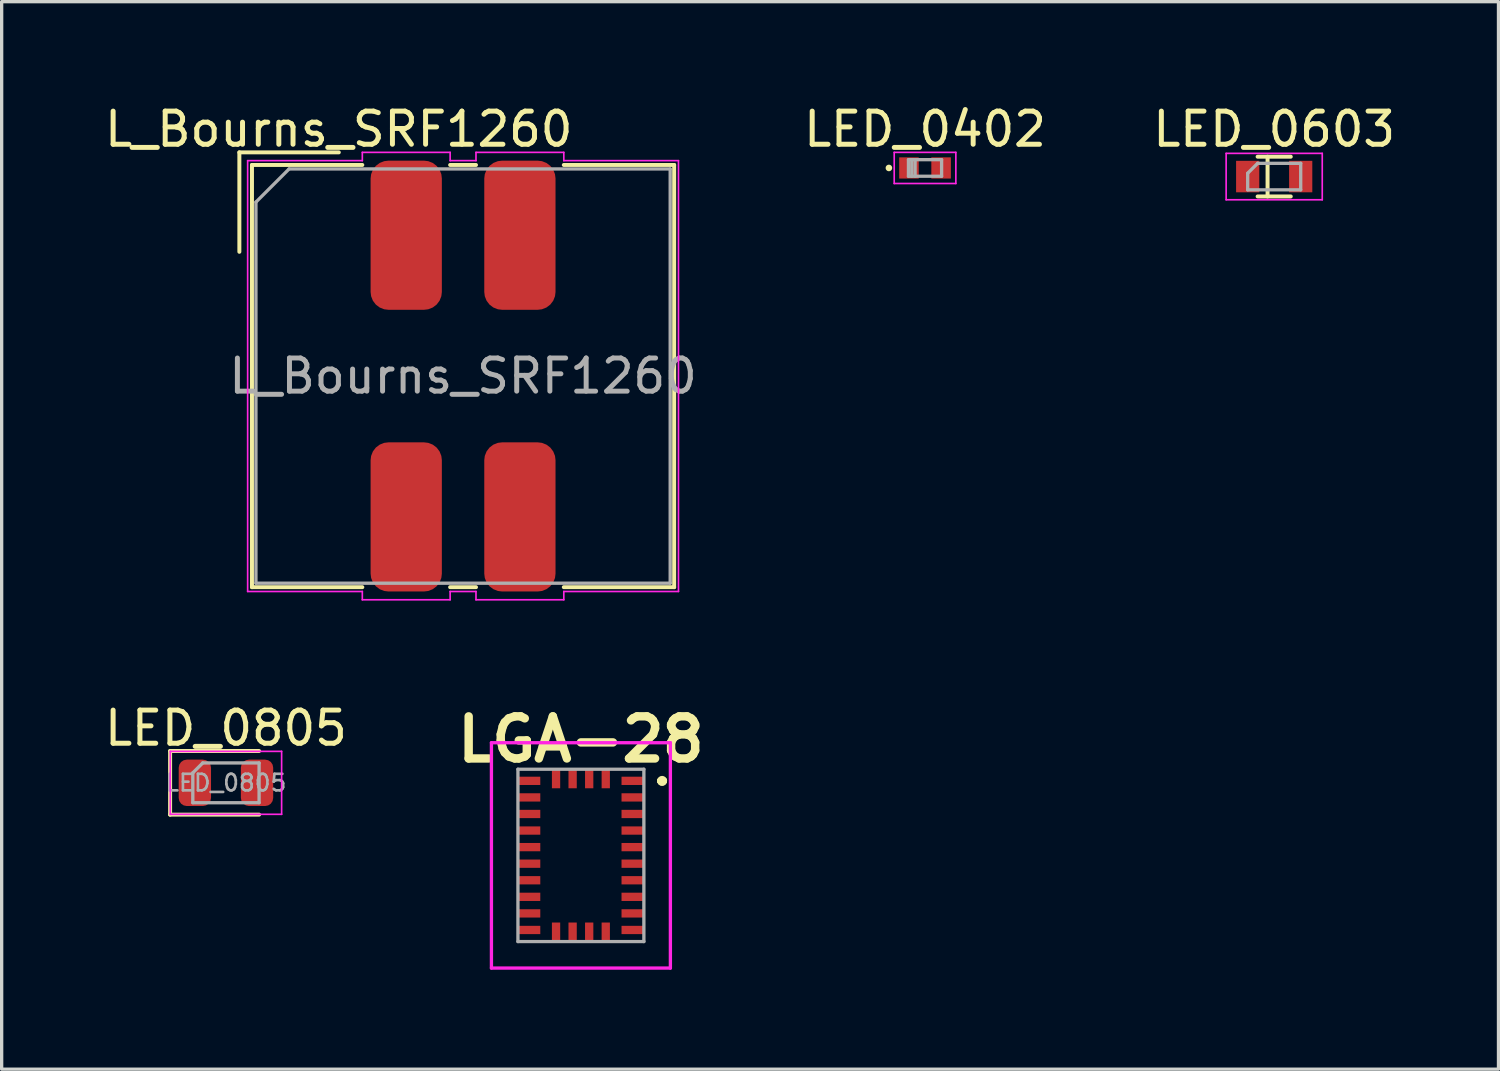
<source format=kicad_pcb>
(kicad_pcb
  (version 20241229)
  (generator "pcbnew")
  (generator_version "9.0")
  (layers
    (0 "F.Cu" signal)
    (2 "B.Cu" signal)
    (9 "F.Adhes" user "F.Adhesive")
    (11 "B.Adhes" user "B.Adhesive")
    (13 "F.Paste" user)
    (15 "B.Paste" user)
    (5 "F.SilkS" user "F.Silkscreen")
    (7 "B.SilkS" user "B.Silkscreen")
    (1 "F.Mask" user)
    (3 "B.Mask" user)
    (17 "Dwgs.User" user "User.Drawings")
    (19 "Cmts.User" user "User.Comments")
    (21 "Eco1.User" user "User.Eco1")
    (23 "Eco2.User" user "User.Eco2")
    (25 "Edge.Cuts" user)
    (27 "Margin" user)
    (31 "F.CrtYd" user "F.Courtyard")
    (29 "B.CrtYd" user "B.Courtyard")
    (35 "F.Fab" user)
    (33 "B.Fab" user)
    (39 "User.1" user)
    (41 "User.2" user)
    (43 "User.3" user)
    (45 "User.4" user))
  (footprint "LGA-28"
    (layer "F.Cu")
    (at 14.479 22.762)
    (property "Reference" "LGA-28" (at 0 -3.5 0) (layer "F.SilkS") (effects (font (size 1.27 1.27) (thickness 0.254))))
    (attr smd)
    (fp_line (start 2.4 -2.25) (end 2.4 -2.25) (stroke (width 0.2) (type solid)) (layer "F.SilkS"))
    (fp_line (start 2.4 -2.25) (end 2.4 -2.25) (stroke (width 0.2) (type solid)) (layer "F.SilkS"))
    (fp_line (start 2.5 -2.25) (end 2.5 -2.25) (stroke (width 0.2) (type solid)) (layer "F.SilkS"))
    (fp_arc (start 2.4 -2.25) (mid 2.45 -2.3) (end 2.5 -2.25) (stroke (width 0.2) (type solid)) (layer "F.SilkS"))
    (fp_arc (start 2.5 -2.25) (mid 2.45 -2.2) (end 2.4 -2.25) (stroke (width 0.2) (type solid)) (layer "F.SilkS"))
    (fp_arc (start 2.5 -2.25) (mid 2.45 -2.2) (end 2.4 -2.25) (stroke (width 0.2) (type solid)) (layer "F.SilkS"))
    (fp_line (start -2.7 -3.4) (end 2.7 -3.4) (stroke (width 0.1) (type solid)) (layer "F.CrtYd"))
    (fp_line (start -2.7 3.4) (end -2.7 -3.4) (stroke (width 0.1) (type solid)) (layer "F.CrtYd"))
    (fp_line (start 2.7 -3.4) (end 2.7 3.4) (stroke (width 0.1) (type solid)) (layer "F.CrtYd"))
    (fp_line (start 2.7 3.4) (end -2.7 3.4) (stroke (width 0.1) (type solid)) (layer "F.CrtYd"))
    (fp_line (start -1.9 -2.6) (end -1.9 2.6) (stroke (width 0.1) (type solid)) (layer "F.Fab"))
    (fp_line (start -1.9 2.6) (end 1.9 2.6) (stroke (width 0.1) (type solid)) (layer "F.Fab"))
    (fp_line (start 1.9 -2.6) (end -1.9 -2.6) (stroke (width 0.1) (type solid)) (layer "F.Fab"))
    (fp_line (start 1.9 2.6) (end 1.9 -2.6) (stroke (width 0.1) (type solid)) (layer "F.Fab"))
    (pad "1" smd rect (at 1.563 -2.25 90) (size 0.25 0.675) (layers "F.Cu" "F.Mask" "F.Paste"))
    (pad "2" smd rect (at 0.75 -2.313) (size 0.25 0.575) (layers "F.Cu" "F.Mask" "F.Paste"))
    (pad "3" smd rect (at 0.25 -2.313) (size 0.25 0.575) (layers "F.Cu" "F.Mask" "F.Paste"))
    (pad "4" smd rect (at -0.25 -2.313) (size 0.25 0.575) (layers "F.Cu" "F.Mask" "F.Paste"))
    (pad "5" smd rect (at -0.75 -2.313) (size 0.25 0.575) (layers "F.Cu" "F.Mask" "F.Paste"))
    (pad "6" smd rect (at -1.563 -2.25 90) (size 0.25 0.675) (layers "F.Cu" "F.Mask" "F.Paste"))
    (pad "7" smd rect (at -1.563 -1.75 90) (size 0.25 0.675) (layers "F.Cu" "F.Mask" "F.Paste"))
    (pad "8" smd rect (at -1.563 -1.25 90) (size 0.25 0.675) (layers "F.Cu" "F.Mask" "F.Paste"))
    (pad "9" smd rect (at -1.563 -0.75 90) (size 0.25 0.675) (layers "F.Cu" "F.Mask" "F.Paste"))
    (pad "10" smd rect (at -1.563 -0.25 90) (size 0.25 0.675) (layers "F.Cu" "F.Mask" "F.Paste"))
    (pad "11" smd rect (at -1.563 0.25 90) (size 0.25 0.675) (layers "F.Cu" "F.Mask" "F.Paste"))
    (pad "12" smd rect (at -1.563 0.75 90) (size 0.25 0.675) (layers "F.Cu" "F.Mask" "F.Paste"))
    (pad "13" smd rect (at -1.563 1.25 90) (size 0.25 0.675) (layers "F.Cu" "F.Mask" "F.Paste"))
    (pad "14" smd rect (at -1.563 1.75 90) (size 0.25 0.675) (layers "F.Cu" "F.Mask" "F.Paste"))
    (pad "15" smd rect (at -1.563 2.25 90) (size 0.25 0.675) (layers "F.Cu" "F.Mask" "F.Paste"))
    (pad "16" smd rect (at -0.75 2.313) (size 0.25 0.575) (layers "F.Cu" "F.Mask" "F.Paste"))
    (pad "17" smd rect (at -0.25 2.313) (size 0.25 0.575) (layers "F.Cu" "F.Mask" "F.Paste"))
    (pad "18" smd rect (at 0.25 2.313) (size 0.25 0.575) (layers "F.Cu" "F.Mask" "F.Paste"))
    (pad "19" smd rect (at 0.75 2.313) (size 0.25 0.575) (layers "F.Cu" "F.Mask" "F.Paste"))
    (pad "20" smd rect (at 1.563 2.25 90) (size 0.25 0.675) (layers "F.Cu" "F.Mask" "F.Paste"))
    (pad "21" smd rect (at 1.563 1.75 90) (size 0.25 0.675) (layers "F.Cu" "F.Mask" "F.Paste"))
    (pad "22" smd rect (at 1.563 1.25 90) (size 0.25 0.675) (layers "F.Cu" "F.Mask" "F.Paste"))
    (pad "23" smd rect (at 1.563 0.75 90) (size 0.25 0.675) (layers "F.Cu" "F.Mask" "F.Paste"))
    (pad "24" smd rect (at 1.563 0.25 90) (size 0.25 0.675) (layers "F.Cu" "F.Mask" "F.Paste"))
    (pad "25" smd rect (at 1.563 -0.25 90) (size 0.25 0.675) (layers "F.Cu" "F.Mask" "F.Paste"))
    (pad "26" smd rect (at 1.563 -0.75 90) (size 0.25 0.675) (layers "F.Cu" "F.Mask" "F.Paste"))
    (pad "27" smd rect (at 1.563 -1.25 90) (size 0.25 0.675) (layers "F.Cu" "F.Mask" "F.Paste"))
    (pad "28" smd rect (at 1.563 -1.75 90) (size 0.25 0.675) (layers "F.Cu" "F.Mask" "F.Paste")))
  (footprint "LED_0402"
    (layer "F.Cu")
    (at 24.863 2.018)
    (property "Reference" "LED_0402" (at 0 -1.17 0) (layer "F.SilkS") (effects (font (size 1 1) (thickness 0.15))))
    (attr smd)
    (fp_circle (center -1.09 0) (end -1.04 0) (stroke (width 0.1) (type solid)) (fill no) (layer "F.SilkS"))
    (fp_line (start -0.93 -0.47) (end 0.93 -0.47) (stroke (width 0.05) (type solid)) (layer "F.CrtYd"))
    (fp_line (start -0.93 0.47) (end -0.93 -0.47) (stroke (width 0.05) (type solid)) (layer "F.CrtYd"))
    (fp_line (start 0.93 -0.47) (end 0.93 0.47) (stroke (width 0.05) (type solid)) (layer "F.CrtYd"))
    (fp_line (start 0.93 0.47) (end -0.93 0.47) (stroke (width 0.05) (type solid)) (layer "F.CrtYd"))
    (fp_line (start -0.5 -0.25) (end 0.5 -0.25) (stroke (width 0.1) (type solid)) (layer "F.Fab"))
    (fp_line (start -0.5 0.25) (end -0.5 -0.25) (stroke (width 0.1) (type solid)) (layer "F.Fab"))
    (fp_line (start -0.4 0.25) (end -0.4 -0.25) (stroke (width 0.1) (type solid)) (layer "F.Fab"))
    (fp_line (start -0.3 0.25) (end -0.3 -0.25) (stroke (width 0.1) (type solid)) (layer "F.Fab"))
    (fp_line (start 0.5 -0.25) (end 0.5 0.25) (stroke (width 0.1) (type solid)) (layer "F.Fab"))
    (fp_line (start 0.5 0.25) (end -0.5 0.25) (stroke (width 0.1) (type solid)) (layer "F.Fab"))
    (pad "1" smd rect (at -0.485 0) (size 0.59 0.64) (layers "F.Cu" "F.Mask" "F.Paste"))
    (pad "2" smd rect (at 0.485 0) (size 0.59 0.64) (layers "F.Cu" "F.Mask" "F.Paste")))
  (footprint "LED_0805"
    (layer "F.Cu")
    (at 3.768 20.572)
    (property "Reference" "LED_0805" (at 0 -1.65 0) (layer "F.SilkS") (effects (font (size 1 1) (thickness 0.15))))
    (attr smd)
    (fp_line (start -1.685 -0.96) (end -1.685 0.96) (stroke (width 0.12) (type solid)) (layer "F.SilkS"))
    (fp_line (start -1.685 0.96) (end 1 0.96) (stroke (width 0.12) (type solid)) (layer "F.SilkS"))
    (fp_line (start 1 -0.96) (end -1.685 -0.96) (stroke (width 0.12) (type solid)) (layer "F.SilkS"))
    (fp_line (start -1.68 -0.95) (end 1.68 -0.95) (stroke (width 0.05) (type solid)) (layer "F.CrtYd"))
    (fp_line (start -1.68 0.95) (end -1.68 -0.95) (stroke (width 0.05) (type solid)) (layer "F.CrtYd"))
    (fp_line (start 1.68 -0.95) (end 1.68 0.95) (stroke (width 0.05) (type solid)) (layer "F.CrtYd"))
    (fp_line (start 1.68 0.95) (end -1.68 0.95) (stroke (width 0.05) (type solid)) (layer "F.CrtYd"))
    (fp_line (start -1 -0.3) (end -1 0.6) (stroke (width 0.1) (type solid)) (layer "F.Fab"))
    (fp_line (start -1 0.6) (end 1 0.6) (stroke (width 0.1) (type solid)) (layer "F.Fab"))
    (fp_line (start -0.7 -0.6) (end -1 -0.3) (stroke (width 0.1) (type solid)) (layer "F.Fab"))
    (fp_line (start 1 -0.6) (end -0.7 -0.6) (stroke (width 0.1) (type solid)) (layer "F.Fab"))
    (fp_line (start 1 0.6) (end 1 -0.6) (stroke (width 0.1) (type solid)) (layer "F.Fab"))
    (fp_text user "${REFERENCE}" (at 0 0 0) (layer "F.Fab") (effects (font (size 0.5 0.5) (thickness 0.08))))
    (pad "1" smd roundrect (at -0.938 0) (size 0.975 1.4) (layers "F.Cu" "F.Mask" "F.Paste") (roundrect_rratio 0.25))
    (pad "2" smd roundrect (at 0.938 0) (size 0.975 1.4) (layers "F.Cu" "F.Mask" "F.Paste") (roundrect_rratio 0.25)))
  (footprint "LED_0603"
    (layer "F.Cu")
    (at 35.399 2.278)
    (property "Reference" "LED_0603" (at 0 -1.43 0) (layer "F.SilkS") (effects (font (size 1 1) (thickness 0.15))))
    (attr smd)
    (fp_line (start -0.5 0.6) (end 0.5 0.6) (stroke (width 0.12) (type solid)) (layer "F.SilkS"))
    (fp_line (start -0.2 -0.6) (end -0.2 0.6) (stroke (width 0.12) (type solid)) (layer "F.SilkS"))
    (fp_line (start 0.5 -0.6) (end -0.5 -0.6) (stroke (width 0.12) (type solid)) (layer "F.SilkS"))
    (fp_line (start -1.45 -0.7) (end 1.45 -0.7) (stroke (width 0.05) (type solid)) (layer "F.CrtYd"))
    (fp_line (start -1.45 0.7) (end -1.45 -0.7) (stroke (width 0.05) (type solid)) (layer "F.CrtYd"))
    (fp_line (start 1.45 -0.7) (end 1.45 0.7) (stroke (width 0.05) (type solid)) (layer "F.CrtYd"))
    (fp_line (start 1.45 0.7) (end -1.45 0.7) (stroke (width 0.05) (type solid)) (layer "F.CrtYd"))
    (fp_line (start -0.8 -0.1) (end -0.8 0.4) (stroke (width 0.1) (type solid)) (layer "F.Fab"))
    (fp_line (start -0.8 0.4) (end 0.8 0.4) (stroke (width 0.1) (type solid)) (layer "F.Fab"))
    (fp_line (start -0.5 -0.4) (end -0.8 -0.1) (stroke (width 0.1) (type solid)) (layer "F.Fab"))
    (fp_line (start 0.8 -0.4) (end -0.5 -0.4) (stroke (width 0.1) (type solid)) (layer "F.Fab"))
    (fp_line (start 0.8 0.4) (end 0.8 -0.4) (stroke (width 0.1) (type solid)) (layer "F.Fab"))
    (pad "1" smd rect (at -0.8 0) (size 0.7 0.95) (layers "F.Cu" "F.Mask" "F.Paste"))
    (pad "2" smd rect (at 0.8 0) (size 0.7 0.95) (layers "F.Cu" "F.Mask" "F.Paste")))
  (footprint "L_Bourns_SRF1260"
    (layer "F.Cu")
    (at 10.923 8.298)
    (property "Reference" "L_Bourns_SRF1260" (at -3.75 -7.45 0) (layer "F.SilkS") (effects (font (size 1 1) (thickness 0.15))))
    (attr smd)
    (fp_line (start -6.75 -6.75) (end -3.75 -6.75) (stroke (width 0.12) (type solid)) (layer "F.SilkS"))
    (fp_line (start -6.75 -3.75) (end -6.75 -6.75) (stroke (width 0.12) (type solid)) (layer "F.SilkS"))
    (fp_line (start -6.37 -6.37) (end -6.37 6.37) (stroke (width 0.12) (type solid)) (layer "F.SilkS"))
    (fp_line (start -6.37 -6.37) (end -3.04 -6.37) (stroke (width 0.12) (type solid)) (layer "F.SilkS"))
    (fp_line (start -6.37 6.37) (end -3.04 6.37) (stroke (width 0.12) (type solid)) (layer "F.SilkS"))
    (fp_line (start -0.39 -6.37) (end 0.39 -6.37) (stroke (width 0.12) (type solid)) (layer "F.SilkS"))
    (fp_line (start -0.39 6.37) (end 0.39 6.37) (stroke (width 0.12) (type solid)) (layer "F.SilkS"))
    (fp_line (start 3.04 -6.37) (end 6.37 -6.37) (stroke (width 0.12) (type solid)) (layer "F.SilkS"))
    (fp_line (start 3.04 6.37) (end 6.37 6.37) (stroke (width 0.12) (type solid)) (layer "F.SilkS"))
    (fp_line (start 6.37 -6.37) (end 6.37 6.37) (stroke (width 0.12) (type solid)) (layer "F.SilkS"))
    (fp_line (start -6.5 -6.5) (end -6.5 6.5) (stroke (width 0.05) (type solid)) (layer "F.CrtYd"))
    (fp_line (start -6.5 -6.5) (end -3.04 -6.5) (stroke (width 0.05) (type solid)) (layer "F.CrtYd"))
    (fp_line (start -6.5 6.5) (end -3.04 6.5) (stroke (width 0.05) (type solid)) (layer "F.CrtYd"))
    (fp_line (start -3.04 -6.75) (end -0.39 -6.75) (stroke (width 0.05) (type solid)) (layer "F.CrtYd"))
    (fp_line (start -3.04 -6.5) (end -3.04 -6.75) (stroke (width 0.05) (type solid)) (layer "F.CrtYd"))
    (fp_line (start -3.04 6.5) (end -3.04 6.75) (stroke (width 0.05) (type solid)) (layer "F.CrtYd"))
    (fp_line (start -3.04 6.75) (end -0.39 6.75) (stroke (width 0.05) (type solid)) (layer "F.CrtYd"))
    (fp_line (start -0.39 -6.75) (end -0.39 -6.5) (stroke (width 0.05) (type solid)) (layer "F.CrtYd"))
    (fp_line (start -0.39 -6.5) (end 0.39 -6.5) (stroke (width 0.05) (type solid)) (layer "F.CrtYd"))
    (fp_line (start -0.39 6.5) (end 0.39 6.5) (stroke (width 0.05) (type solid)) (layer "F.CrtYd"))
    (fp_line (start -0.39 6.75) (end -0.39 6.5) (stroke (width 0.05) (type solid)) (layer "F.CrtYd"))
    (fp_line (start 0.39 -6.75) (end 3.04 -6.75) (stroke (width 0.05) (type solid)) (layer "F.CrtYd"))
    (fp_line (start 0.39 -6.5) (end 0.39 -6.75) (stroke (width 0.05) (type solid)) (layer "F.CrtYd"))
    (fp_line (start 0.39 6.5) (end 0.39 6.75) (stroke (width 0.05) (type solid)) (layer "F.CrtYd"))
    (fp_line (start 0.39 6.75) (end 3.04 6.75) (stroke (width 0.05) (type solid)) (layer "F.CrtYd"))
    (fp_line (start 3.04 -6.75) (end 3.04 -6.5) (stroke (width 0.05) (type solid)) (layer "F.CrtYd"))
    (fp_line (start 3.04 -6.5) (end 6.5 -6.5) (stroke (width 0.05) (type solid)) (layer "F.CrtYd"))
    (fp_line (start 3.04 6.5) (end 6.5 6.5) (stroke (width 0.05) (type solid)) (layer "F.CrtYd"))
    (fp_line (start 3.04 6.75) (end 3.04 6.5) (stroke (width 0.05) (type solid)) (layer "F.CrtYd"))
    (fp_line (start 6.5 -6.5) (end 6.5 6.5) (stroke (width 0.05) (type solid)) (layer "F.CrtYd"))
    (fp_line (start -6.25 -5.25) (end -5.25 -6.25) (stroke (width 0.1) (type solid)) (layer "F.Fab"))
    (fp_line (start -6.25 6.25) (end -6.25 -5.25) (stroke (width 0.1) (type solid)) (layer "F.Fab"))
    (fp_line (start -5.25 -6.25) (end 6.25 -6.25) (stroke (width 0.1) (type solid)) (layer "F.Fab"))
    (fp_line (start 6.25 -6.25) (end 6.25 6.25) (stroke (width 0.1) (type solid)) (layer "F.Fab"))
    (fp_line (start 6.25 6.25) (end -6.25 6.25) (stroke (width 0.1) (type solid)) (layer "F.Fab"))
    (fp_text user "${REFERENCE}" (at 0 0 0) (layer "F.Fab") (effects (font (size 1 1) (thickness 0.15))))
    (pad "1" smd roundrect (at -1.715 -4.25) (size 2.15 4.5) (layers "F.Cu" "F.Mask" "F.Paste") (roundrect_rratio 0.25))
    (pad "2" smd roundrect (at 1.715 -4.25) (size 2.15 4.5) (layers "F.Cu" "F.Mask" "F.Paste") (roundrect_rratio 0.25))
    (pad "3" smd roundrect (at 1.715 4.25) (size 2.15 4.5) (layers "F.Cu" "F.Mask" "F.Paste") (roundrect_rratio 0.25))
    (pad "4" smd roundrect (at -1.715 4.25) (size 2.15 4.5) (layers "F.Cu" "F.Mask" "F.Paste") (roundrect_rratio 0.25)))
  (gr_rect
    (start -3 -3)
    (end 42.167 29.212)
    (stroke (width 0.1) (type default))
    (fill no)
    (layer "Edge.Cuts")))
</source>
